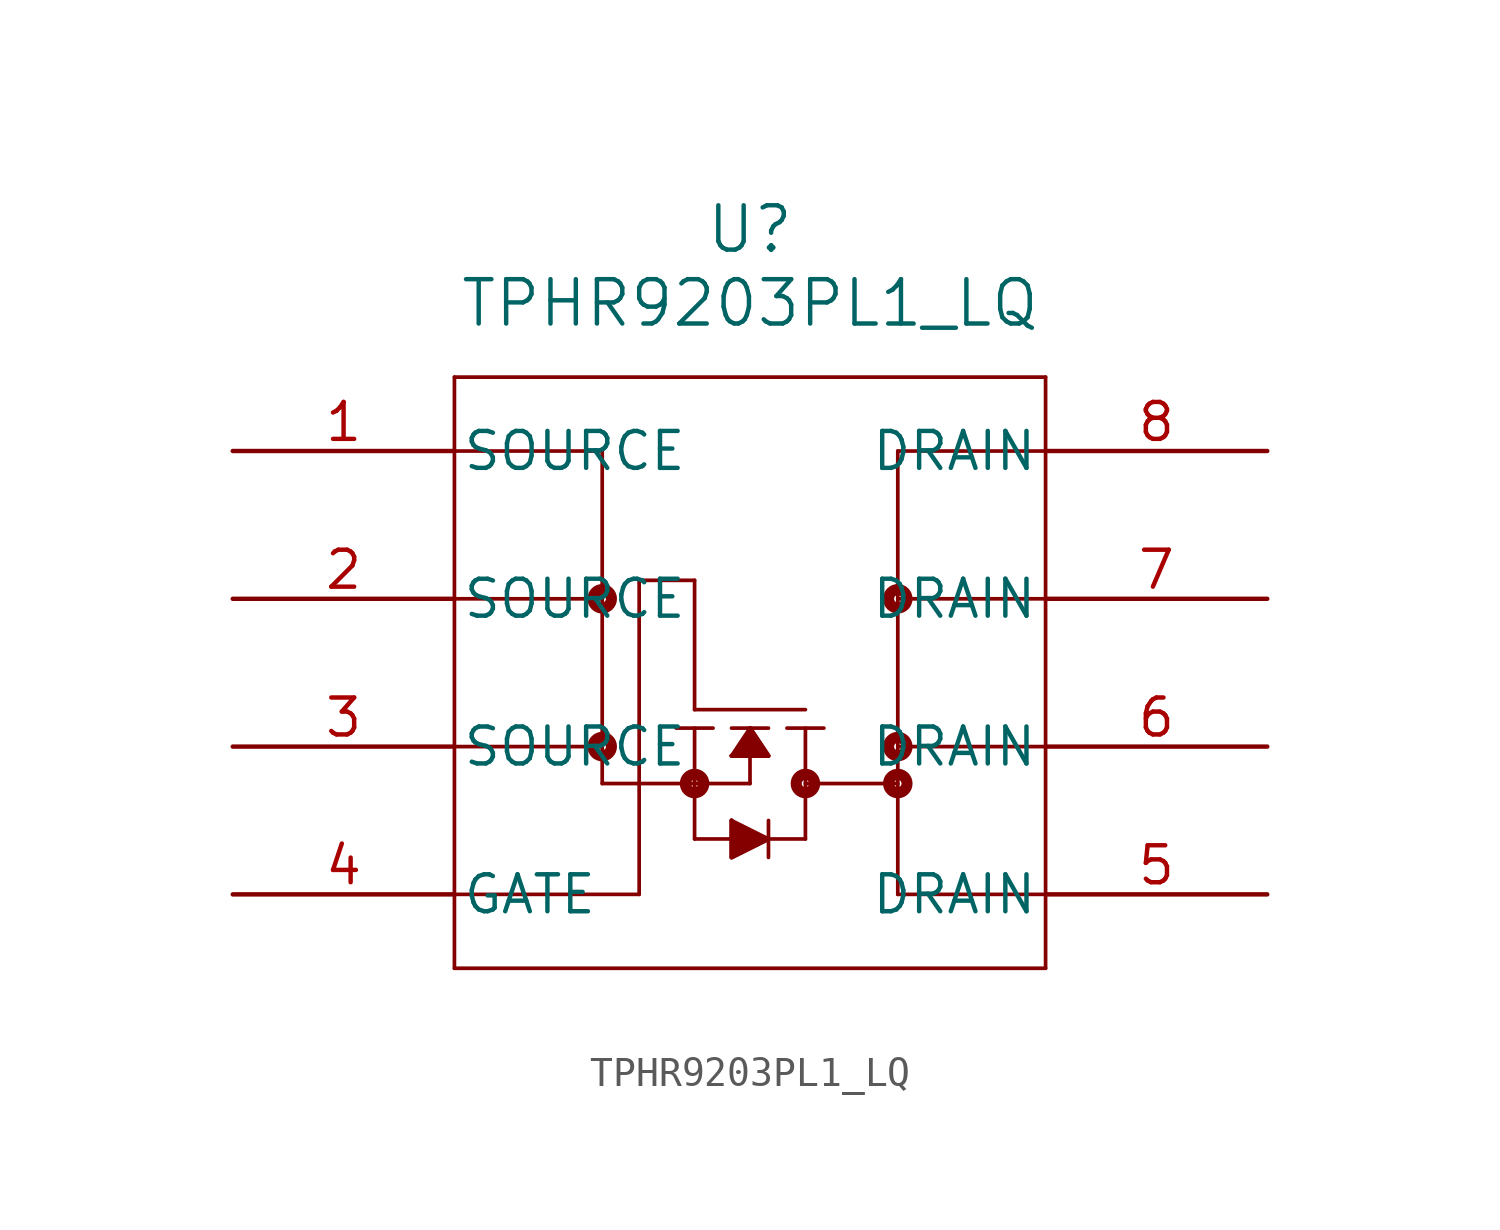
<source format=kicad_sym>
(kicad_symbol_lib
  (version 20211014)
  (generator kicad_symbol_editor)
  (symbol "TPHR9203PL1_LQ"
    (pin_names
      (offset 0.254))
    (property "Reference" "U"
      (at 17.78 7.62 0)
      (effects (font (size 1.524 1.524))))
    (property "Value" "TPHR9203PL1_LQ"
      (at 17.78 5.08 0)
      (effects (font (size 1.524 1.524))))
    (symbol "TPHR9203PL1_LQ_0_1"
      (polyline (pts (xy 7.62 2.54) (xy 7.62 -17.78)) (stroke (width 0.127) (type default) (color 0 0 0 0)) (fill (type none)))
      (polyline (pts (xy 7.62 -17.78) (xy 27.94 -17.78)) (stroke (width 0.127) (type default) (color 0 0 0 0)) (fill (type none)))
      (polyline (pts (xy 27.94 -17.78) (xy 27.94 2.54)) (stroke (width 0.127) (type default) (color 0 0 0 0)) (fill (type none)))
      (polyline (pts (xy 27.94 2.54) (xy 7.62 2.54)) (stroke (width 0.127) (type default) (color 0 0 0 0)) (fill (type none)))
      (polyline (pts (xy 27.94 0) (xy 22.86 0)) (stroke (width 0.127) (type default) (color 0 0 0 0)) (fill (type none)))
      (polyline (pts (xy 22.86 0) (xy 22.86 -15.24)) (stroke (width 0.127) (type default) (color 0 0 0 0)) (fill (type none)))
      (polyline (pts (xy 22.86 -15.24) (xy 27.94 -15.24)) (stroke (width 0.127) (type default) (color 0 0 0 0)) (fill (type none)))
      (polyline (pts (xy 27.94 -10.16) (xy 22.86 -10.16)) (stroke (width 0.127) (type default) (color 0 0 0 0)) (fill (type none)))
      (polyline (pts (xy 27.94 -5.08) (xy 22.86 -5.08)) (stroke (width 0.127) (type default) (color 0 0 0 0)) (fill (type none)))
      (polyline (pts (xy 7.62 0) (xy 12.7 0)) (stroke (width 0.127) (type default) (color 0 0 0 0)) (fill (type none)))
      (polyline (pts (xy 12.7 0) (xy 12.7 -11.43)) (stroke (width 0.127) (type default) (color 0 0 0 0)) (fill (type none)))
      (polyline (pts (xy 12.7 -10.16) (xy 7.62 -10.16)) (stroke (width 0.127) (type default) (color 0 0 0 0)) (fill (type none)))
      (polyline (pts (xy 12.7 -5.08) (xy 7.62 -5.08)) (stroke (width 0.127) (type default) (color 0 0 0 0)) (fill (type none)))
      (polyline (pts (xy 17.78 -9.525) (xy 17.78 -11.43)) (stroke (width 0.127) (type default) (color 0 0 0 0)) (fill (type none)))
      (polyline (pts (xy 17.145 -9.525) (xy 18.415 -9.525)) (stroke (width 0.127) (type default) (color 0 0 0 0)) (fill (type none)))
      (polyline (pts (xy 16.51 -9.525) (xy 15.24 -9.525)) (stroke (width 0.127) (type default) (color 0 0 0 0)) (fill (type none)))
      (polyline (pts (xy 19.05 -9.525) (xy 20.32 -9.525)) (stroke (width 0.127) (type default) (color 0 0 0 0)) (fill (type none)))
      (polyline (pts (xy 19.685 -9.525) (xy 19.685 -13.335)) (stroke (width 0.127) (type default) (color 0 0 0 0)) (fill (type none)))
      (polyline (pts (xy 19.685 -13.335) (xy 15.875 -13.335)) (stroke (width 0.127) (type default) (color 0 0 0 0)) (fill (type none)))
      (polyline (pts (xy 15.875 -13.335) (xy 15.875 -9.525)) (stroke (width 0.127) (type default) (color 0 0 0 0)) (fill (type none)))
      (polyline (pts (xy 17.78 -9.525) (xy 17.145 -10.477)) (stroke (width 0.127) (type default) (color 0 0 0 0)) (fill (type none)))
      (polyline (pts (xy 18.415 -10.477) (xy 17.78 -9.525)) (stroke (width 0.127) (type default) (color 0 0 0 0)) (fill (type none)))
      (polyline (pts (xy 17.145 -10.477) (xy 18.415 -10.477)) (stroke (width 0.127) (type default) (color 0 0 0 0)) (fill (type none)))
      (polyline (pts (xy 18.415 -13.335) (xy 17.145 -12.7)) (stroke (width 0.127) (type default) (color 0 0 0 0)) (fill (type none)))
      (polyline (pts (xy 17.145 -13.97) (xy 17.145 -12.7)) (stroke (width 0.127) (type default) (color 0 0 0 0)) (fill (type none)))
      (polyline (pts (xy 17.145 -13.97) (xy 18.415 -13.335)) (stroke (width 0.127) (type default) (color 0 0 0 0)) (fill (type none)))
      (polyline (pts (xy 18.415 -12.7) (xy 18.415 -13.97)) (stroke (width 0.127) (type default) (color 0 0 0 0)) (fill (type none)))
      (polyline (pts (xy 19.685 -8.89) (xy 15.875 -8.89)) (stroke (width 0.127) (type default) (color 0 0 0 0)) (fill (type none)))
      (polyline (pts (xy 15.875 -8.89) (xy 15.875 -4.445)) (stroke (width 0.127) (type default) (color 0 0 0 0)) (fill (type none)))
      (circle (center 15.875 -11.43) (radius 0.127) (stroke (width 0.381) (type default) (color 0 0 0 0)) (fill (type none)))
      (circle (center 19.685 -11.43) (radius 0.127) (stroke (width 0.381) (type default) (color 0 0 0 0)) (fill (type none)))
      (polyline (pts (xy 17.145 -10.477) (xy 18.415 -10.477) (xy 17.78 -9.525)) (stroke (width 0) (type default) (color 0 0 0 0)) (fill (type outline)))
      (polyline (pts (xy 17.145 -12.7) (xy 17.145 -13.97) (xy 18.415 -13.335)) (stroke (width 0) (type default) (color 0 0 0 0)) (fill (type outline)))
      (polyline (pts (xy 19.685 -11.43) (xy 22.86 -11.43)) (stroke (width 0.127) (type default) (color 0 0 0 0)) (fill (type none)))
      (polyline (pts (xy 17.78 -11.43) (xy 12.7 -11.43)) (stroke (width 0.127) (type default) (color 0 0 0 0)) (fill (type none)))
      (polyline (pts (xy 7.62 -15.24) (xy 13.97 -15.24)) (stroke (width 0.127) (type default) (color 0 0 0 0)) (fill (type none)))
      (polyline (pts (xy 13.97 -15.24) (xy 13.97 -4.445)) (stroke (width 0.127) (type default) (color 0 0 0 0)) (fill (type none)))
      (polyline (pts (xy 13.97 -4.445) (xy 15.875 -4.445)) (stroke (width 0.127) (type default) (color 0 0 0 0)) (fill (type none)))
      (circle (center 22.86 -11.43) (radius 0.127) (stroke (width 0.381) (type default) (color 0 0 0 0)) (fill (type none)))
      (circle (center 22.86 -10.16) (radius 0.127) (stroke (width 0.381) (type default) (color 0 0 0 0)) (fill (type none)))
      (circle (center 22.86 -5.08) (radius 0.127) (stroke (width 0.381) (type default) (color 0 0 0 0)) (fill (type none)))
      (circle (center 12.7 -10.16) (radius 0.127) (stroke (width 0.381) (type default) (color 0 0 0 0)) (fill (type none)))
      (circle (center 12.7 -5.08) (radius 0.127) (stroke (width 0.381) (type default) (color 0 0 0 0)) (fill (type none)))
      (pin unspecified line (at 0 0 0) (length 7.62) (name "SOURCE" (effects (font (size 1.27 1.27)))) (number "1" (effects (font (size 1.27 1.27)))))
      (pin unspecified line (at 0 -5.08 0) (length 7.62) (name "SOURCE" (effects (font (size 1.27 1.27)))) (number "2" (effects (font (size 1.27 1.27)))))
      (pin unspecified line (at 0 -10.16 0) (length 7.62) (name "SOURCE" (effects (font (size 1.27 1.27)))) (number "3" (effects (font (size 1.27 1.27)))))
      (pin unspecified line (at 0 -15.24 0) (length 7.62) (name "GATE" (effects (font (size 1.27 1.27)))) (number "4" (effects (font (size 1.27 1.27)))))
      (pin unspecified line (at 35.56 -15.24 180) (length 7.62) (name "DRAIN" (effects (font (size 1.27 1.27)))) (number "5" (effects (font (size 1.27 1.27)))))
      (pin unspecified line (at 35.56 -10.16 180) (length 7.62) (name "DRAIN" (effects (font (size 1.27 1.27)))) (number "6" (effects (font (size 1.27 1.27)))))
      (pin unspecified line (at 35.56 -5.08 180) (length 7.62) (name "DRAIN" (effects (font (size 1.27 1.27)))) (number "7" (effects (font (size 1.27 1.27)))))
      (pin unspecified line (at 35.56 0 180) (length 7.62) (name "DRAIN" (effects (font (size 1.27 1.27)))) (number "8" (effects (font (size 1.27 1.27))))))))
</source>
